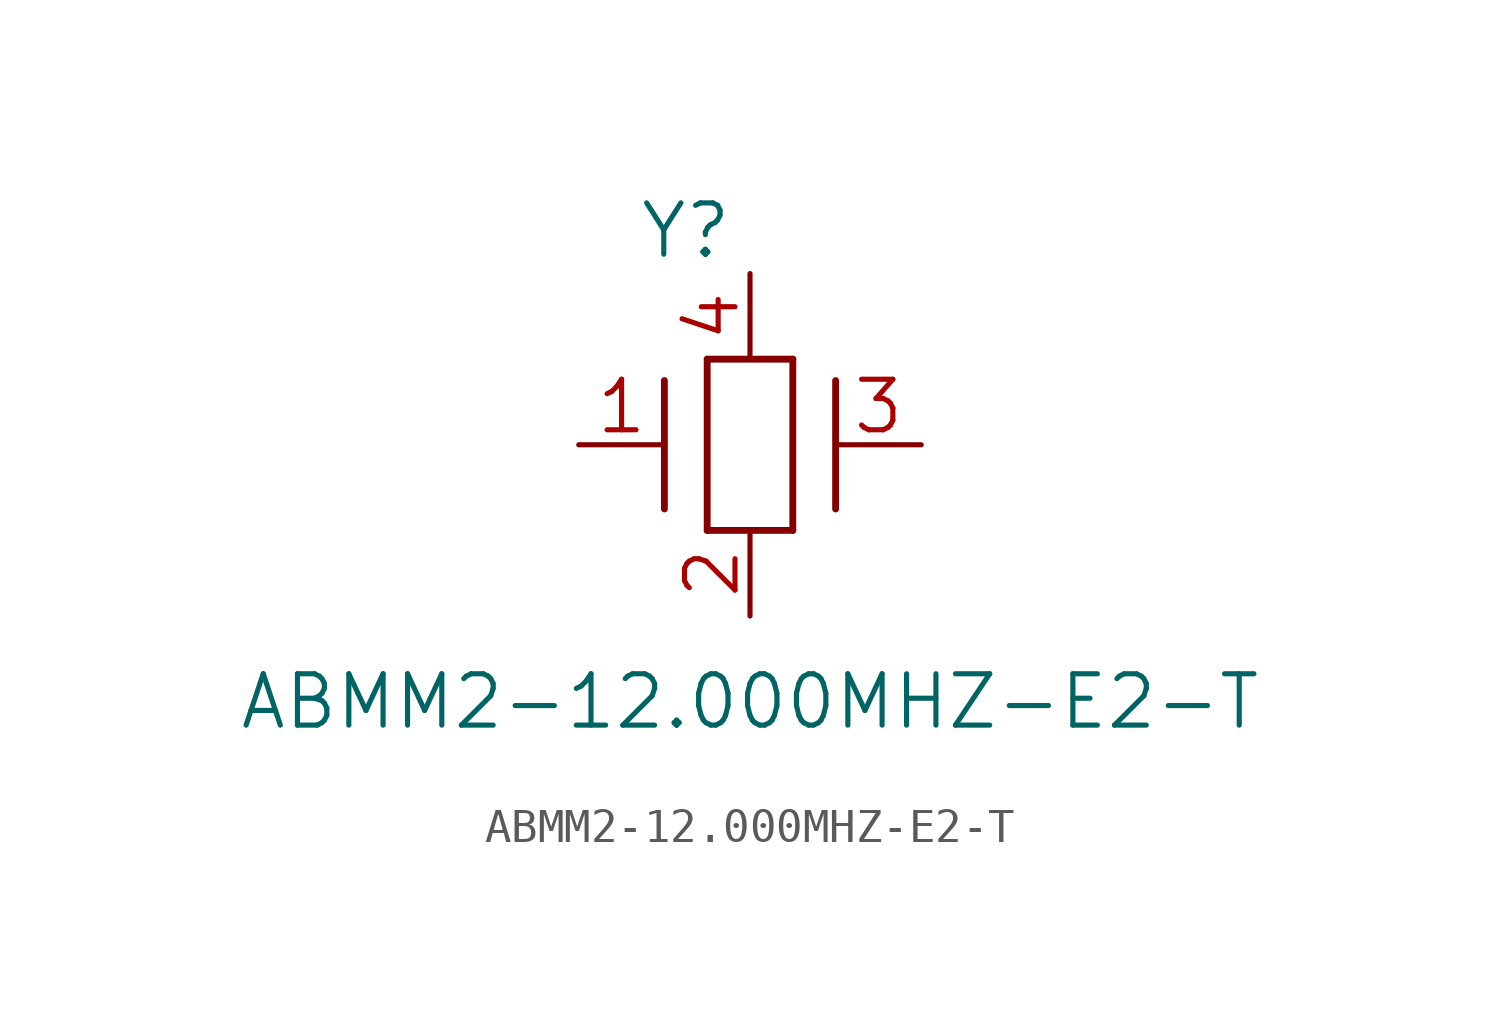
<source format=kicad_sym>
(kicad_symbol_lib
  (version 20211014)
  (generator kicad_symbol_editor)
  (symbol "ABMM2-12.000MHZ-E2-T"
    (pin_names hide)
    (property "Reference" "Y"
      (at 3.175 6.35 0)
      (effects (font (size 1.524 1.524))))
    (property "Value" "ABMM2-12.000MHZ-E2-T"
      (at 5.08 -7.62 0)
      (effects (font (size 1.524 1.524))))
    (property "Datasheet" ""
      (at 0 0 0)
      (effects (font (size 1.524 1.524))))
    (property "ki_locked" ""
      (at 0 0 0)
      (effects (font (size 1.27 1.27))))
    (symbol "ABMM2-12.000MHZ-E2-T_1_1"
      (polyline (pts (xy 2.54 -1.905) (xy 2.54 1.905)) (stroke (width 0.203) (type default) (color 0 0 0 0)) (fill (type none)))
      (polyline (pts (xy 3.81 -2.54) (xy 3.81 2.54)) (stroke (width 0.203) (type default) (color 0 0 0 0)) (fill (type none)))
      (polyline (pts (xy 3.81 2.54) (xy 6.35 2.54)) (stroke (width 0.203) (type default) (color 0 0 0 0)) (fill (type none)))
      (polyline (pts (xy 6.35 -2.54) (xy 3.81 -2.54)) (stroke (width 0.203) (type default) (color 0 0 0 0)) (fill (type none)))
      (polyline (pts (xy 6.35 2.54) (xy 6.35 -2.54)) (stroke (width 0.203) (type default) (color 0 0 0 0)) (fill (type none)))
      (polyline (pts (xy 7.62 -1.905) (xy 7.62 1.905)) (stroke (width 0.203) (type default) (color 0 0 0 0)) (fill (type none)))
      (pin unspecified line (at 0 0 0) (length 2.54) (name "1" (effects (font (size 1.499 1.499)))) (number "1" (effects (font (size 1.499 1.499)))))
      (pin unspecified line (at 5.08 -5.08 90) (length 2.54) (name "GND" (effects (font (size 1.499 1.499)))) (number "2" (effects (font (size 1.499 1.499)))))
      (pin unspecified line (at 10.16 0 180) (length 2.54) (name "3" (effects (font (size 1.499 1.499)))) (number "3" (effects (font (size 1.499 1.499)))))
      (pin unspecified line (at 5.08 5.08 270) (length 2.54) (name "GND" (effects (font (size 1.499 1.499)))) (number "4" (effects (font (size 1.499 1.499))))))))
</source>
